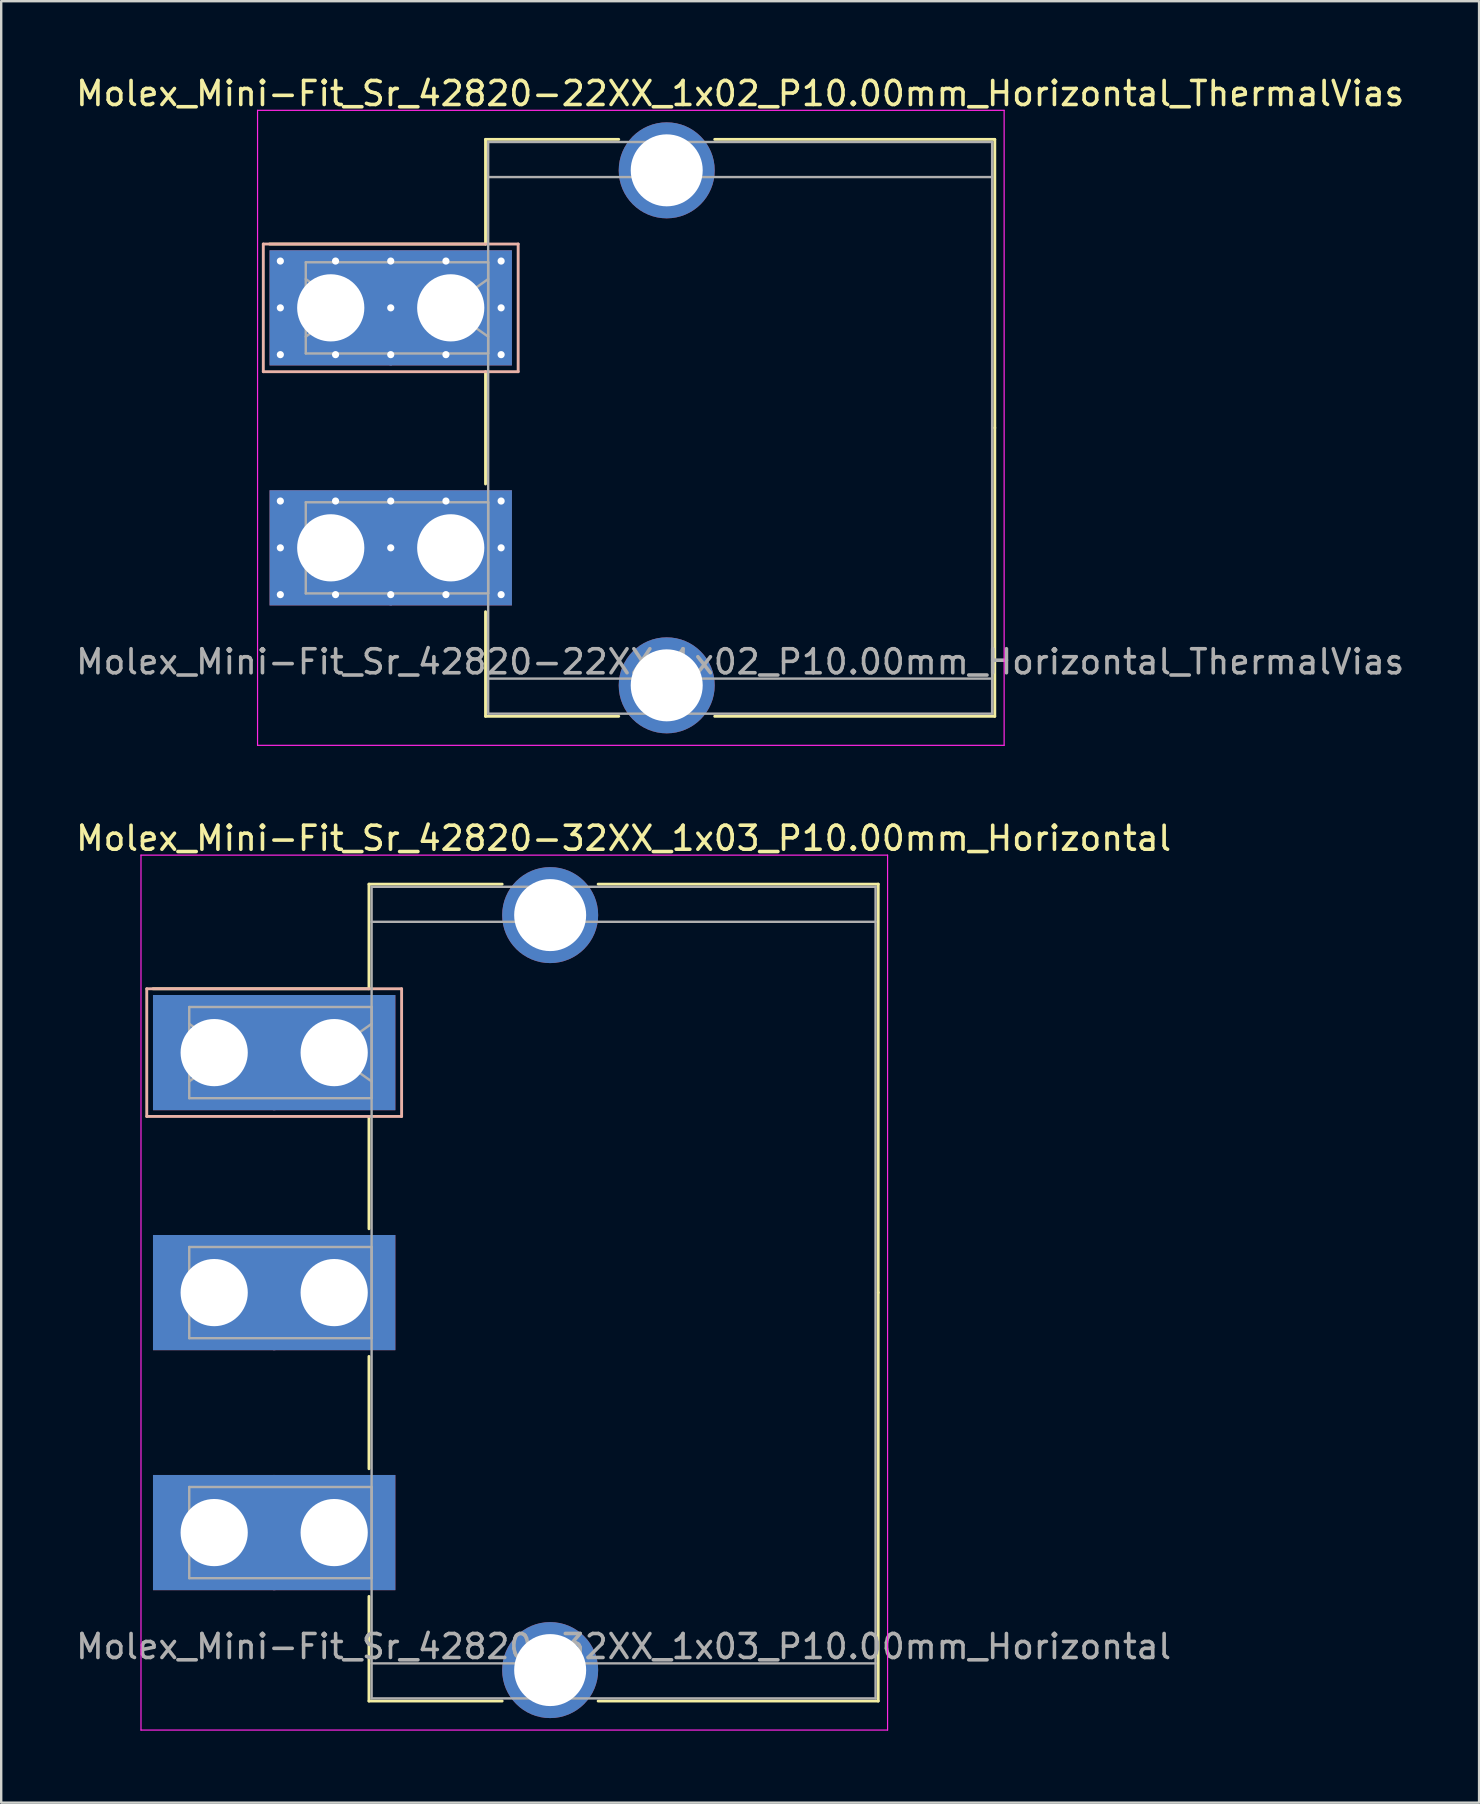
<source format=kicad_pcb>
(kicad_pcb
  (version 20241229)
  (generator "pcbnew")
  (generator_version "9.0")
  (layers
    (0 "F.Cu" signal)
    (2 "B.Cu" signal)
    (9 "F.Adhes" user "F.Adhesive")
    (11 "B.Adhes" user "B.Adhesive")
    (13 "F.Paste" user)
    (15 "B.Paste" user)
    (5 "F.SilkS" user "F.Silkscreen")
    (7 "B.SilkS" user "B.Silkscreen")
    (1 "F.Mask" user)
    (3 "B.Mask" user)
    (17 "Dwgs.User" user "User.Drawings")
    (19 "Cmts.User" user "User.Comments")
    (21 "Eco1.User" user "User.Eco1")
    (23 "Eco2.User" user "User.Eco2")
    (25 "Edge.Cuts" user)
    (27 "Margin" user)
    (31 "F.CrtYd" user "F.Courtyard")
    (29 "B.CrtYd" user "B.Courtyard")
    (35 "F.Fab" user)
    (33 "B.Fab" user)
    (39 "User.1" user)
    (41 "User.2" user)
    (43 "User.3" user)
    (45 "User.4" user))
  (footprint "Molex_Mini-Fit_Sr_42820-22XX_1x02_P10.00mm_Horizontal_ThermalVias"
    (layer "F.Cu")
    (at 10.732 9.778)
    (property "Reference" "Molex_Mini-Fit_Sr_42820-22XX_1x02_P10.00mm_Horizontal_ThermalVias" (at 17.06 -8.93 0) (layer "F.SilkS") (effects (font (size 1 1) (thickness 0.15))))
    (attr through_hole)
    (fp_line (start 6.45 -7.02) (end 12 -7.02) (stroke (width 0.12) (type solid)) (layer "F.SilkS"))
    (fp_line (start 6.45 -2.66) (end -2.55 -2.66) (stroke (width 0.12) (type solid)) (layer "F.SilkS"))
    (fp_line (start 6.45 -2.66) (end 6.45 -7.02) (stroke (width 0.12) (type solid)) (layer "F.SilkS"))
    (fp_line (start 6.45 2.66) (end 6.45 7.34) (stroke (width 0.12) (type solid)) (layer "F.SilkS"))
    (fp_line (start 6.45 12.66) (end 6.45 17.02) (stroke (width 0.12) (type solid)) (layer "F.SilkS"))
    (fp_line (start 6.45 17.02) (end 12 17.02) (stroke (width 0.12) (type solid)) (layer "F.SilkS"))
    (fp_line (start 16 -7.02) (end 27.67 -7.02) (stroke (width 0.12) (type solid)) (layer "F.SilkS"))
    (fp_line (start 16 17.02) (end 27.67 17.02) (stroke (width 0.12) (type solid)) (layer "F.SilkS"))
    (fp_line (start 27.67 -7.02) (end 27.67 5) (stroke (width 0.12) (type solid)) (layer "F.SilkS"))
    (fp_line (start 27.67 17.02) (end 27.67 5) (stroke (width 0.12) (type solid)) (layer "F.SilkS"))
    (fp_line (start -2.81 -2.66) (end -2.81 2.66) (stroke (width 0.12) (type solid)) (layer "B.SilkS"))
    (fp_line (start -2.81 2.66) (end 7.81 2.66) (stroke (width 0.12) (type solid)) (layer "B.SilkS"))
    (fp_line (start 7.81 -2.66) (end -2.81 -2.66) (stroke (width 0.12) (type solid)) (layer "B.SilkS"))
    (fp_line (start 7.81 2.66) (end 7.81 -2.66) (stroke (width 0.12) (type solid)) (layer "B.SilkS"))
    (fp_line (start -3.05 -8.23) (end -3.05 18.23) (stroke (width 0.05) (type solid)) (layer "F.CrtYd"))
    (fp_line (start -3.05 18.23) (end 28.06 18.23) (stroke (width 0.05) (type solid)) (layer "F.CrtYd"))
    (fp_line (start 28.06 -8.23) (end -3.05 -8.23) (stroke (width 0.05) (type solid)) (layer "F.CrtYd"))
    (fp_line (start 28.06 18.23) (end 28.06 -8.23) (stroke (width 0.05) (type solid)) (layer "F.CrtYd"))
    (fp_line (start -1.04 -1.9) (end 6.56 -1.9) (stroke (width 0.1) (type solid)) (layer "F.Fab"))
    (fp_line (start -1.04 -1.2) (end 0.657 0) (stroke (width 0.1) (type solid)) (layer "F.Fab"))
    (fp_line (start -1.04 1.9) (end -1.04 -1.9) (stroke (width 0.1) (type solid)) (layer "F.Fab"))
    (fp_line (start -1.04 8.1) (end 6.56 8.1) (stroke (width 0.1) (type solid)) (layer "F.Fab"))
    (fp_line (start -1.04 11.9) (end -1.04 8.1) (stroke (width 0.1) (type solid)) (layer "F.Fab"))
    (fp_line (start 0.657 0) (end -1.04 1.2) (stroke (width 0.1) (type solid)) (layer "F.Fab"))
    (fp_line (start 4.863 0) (end 6.56 1.2) (stroke (width 0.1) (type solid)) (layer "F.Fab"))
    (fp_line (start 6.56 -6.91) (end 6.56 16.91) (stroke (width 0.1) (type solid)) (layer "F.Fab"))
    (fp_line (start 6.56 -5.45) (end 27.56 -5.45) (stroke (width 0.1) (type solid)) (layer "F.Fab"))
    (fp_line (start 6.56 -1.9) (end 6.56 1.9) (stroke (width 0.1) (type solid)) (layer "F.Fab"))
    (fp_line (start 6.56 -1.2) (end 4.863 0) (stroke (width 0.1) (type solid)) (layer "F.Fab"))
    (fp_line (start 6.56 1.9) (end -1.04 1.9) (stroke (width 0.1) (type solid)) (layer "F.Fab"))
    (fp_line (start 6.56 8.1) (end 6.56 11.9) (stroke (width 0.1) (type solid)) (layer "F.Fab"))
    (fp_line (start 6.56 11.9) (end -1.04 11.9) (stroke (width 0.1) (type solid)) (layer "F.Fab"))
    (fp_line (start 6.56 15.45) (end 27.56 15.45) (stroke (width 0.1) (type solid)) (layer "F.Fab"))
    (fp_line (start 6.56 16.91) (end 27.56 16.91) (stroke (width 0.1) (type solid)) (layer "F.Fab"))
    (fp_line (start 27.56 -6.91) (end 6.56 -6.91) (stroke (width 0.1) (type solid)) (layer "F.Fab"))
    (fp_line (start 27.56 16.91) (end 27.56 -6.91) (stroke (width 0.1) (type solid)) (layer "F.Fab"))
    (fp_text user "${REFERENCE}" (at 17.06 14.75 0) (layer "F.Fab") (effects (font (size 1 1) (thickness 0.15))))
    (pad "" thru_hole circle (at 14 -5.73) (size 4 4) (drill 3) (layers "*.Cu" "*.Mask"))
    (pad "" thru_hole circle (at 14 15.73) (size 4 4) (drill 3) (layers "*.Cu" "*.Mask"))
    (pad "1" thru_hole roundrect (at -2.1 -1.95) (size 0.6 0.6) (drill 0.3) (layers "*.Cu" "*.Mask") (roundrect_rratio 0.25))
    (pad "1" thru_hole roundrect (at -2.1 0) (size 0.6 0.6) (drill 0.3) (layers "*.Cu" "*.Mask") (roundrect_rratio 0.25))
    (pad "1" thru_hole roundrect (at -2.1 1.95) (size 0.6 0.6) (drill 0.3) (layers "*.Cu" "*.Mask") (roundrect_rratio 0.25))
    (pad "1" thru_hole rect (at 0 0) (size 5.1 4.8) (drill 2.8) (layers "*.Cu" "*.Mask"))
    (pad "1" thru_hole roundrect (at 0.2 -1.95) (size 0.6 0.6) (drill 0.3) (layers "*.Cu" "*.Mask") (roundrect_rratio 0.25))
    (pad "1" thru_hole roundrect (at 0.2 1.95) (size 0.6 0.6) (drill 0.3) (layers "*.Cu" "*.Mask") (roundrect_rratio 0.25))
    (pad "1" thru_hole roundrect (at 2.5 -1.95) (size 0.6 0.6) (drill 0.3) (layers "*.Cu" "*.Mask") (roundrect_rratio 0.25))
    (pad "1" thru_hole roundrect (at 2.5 0) (size 0.6 0.6) (drill 0.3) (layers "*.Cu" "*.Mask") (roundrect_rratio 0.25))
    (pad "1" thru_hole roundrect (at 2.5 1.95) (size 0.6 0.6) (drill 0.3) (layers "*.Cu" "*.Mask") (roundrect_rratio 0.25))
    (pad "1" thru_hole roundrect (at 4.8 -1.95) (size 0.6 0.6) (drill 0.3) (layers "*.Cu" "*.Mask") (roundrect_rratio 0.25))
    (pad "1" thru_hole roundrect (at 4.8 1.95) (size 0.6 0.6) (drill 0.3) (layers "*.Cu" "*.Mask") (roundrect_rratio 0.25))
    (pad "1" thru_hole rect (at 5 0) (size 5.1 4.8) (drill 2.8) (layers "*.Cu" "*.Mask"))
    (pad "1" thru_hole roundrect (at 7.1 -1.95) (size 0.6 0.6) (drill 0.3) (layers "*.Cu" "*.Mask") (roundrect_rratio 0.25))
    (pad "1" thru_hole roundrect (at 7.1 0) (size 0.6 0.6) (drill 0.3) (layers "*.Cu" "*.Mask") (roundrect_rratio 0.25))
    (pad "1" thru_hole roundrect (at 7.1 1.95) (size 0.6 0.6) (drill 0.3) (layers "*.Cu" "*.Mask") (roundrect_rratio 0.25))
    (pad "2" thru_hole circle (at -2.1 8.05) (size 0.6 0.6) (drill 0.3) (layers "*.Cu" "*.Mask"))
    (pad "2" thru_hole circle (at -2.1 10) (size 0.6 0.6) (drill 0.3) (layers "*.Cu" "*.Mask"))
    (pad "2" thru_hole circle (at -2.1 11.95) (size 0.6 0.6) (drill 0.3) (layers "*.Cu" "*.Mask"))
    (pad "2" thru_hole rect (at 0 10) (size 5.1 4.8) (drill 2.8) (layers "*.Cu" "*.Mask"))
    (pad "2" thru_hole circle (at 0.2 8.05) (size 0.6 0.6) (drill 0.3) (layers "*.Cu" "*.Mask"))
    (pad "2" thru_hole circle (at 0.2 11.95) (size 0.6 0.6) (drill 0.3) (layers "*.Cu" "*.Mask"))
    (pad "2" thru_hole circle (at 2.5 8.05) (size 0.6 0.6) (drill 0.3) (layers "*.Cu" "*.Mask"))
    (pad "2" thru_hole circle (at 2.5 10) (size 0.6 0.6) (drill 0.3) (layers "*.Cu" "*.Mask"))
    (pad "2" thru_hole circle (at 2.5 11.95) (size 0.6 0.6) (drill 0.3) (layers "*.Cu" "*.Mask"))
    (pad "2" thru_hole circle (at 4.8 8.05) (size 0.6 0.6) (drill 0.3) (layers "*.Cu" "*.Mask"))
    (pad "2" thru_hole circle (at 4.8 11.95) (size 0.6 0.6) (drill 0.3) (layers "*.Cu" "*.Mask"))
    (pad "2" thru_hole rect (at 5 10) (size 5.1 4.8) (drill 2.8) (layers "*.Cu" "*.Mask"))
    (pad "2" thru_hole circle (at 7.1 8.05) (size 0.6 0.6) (drill 0.3) (layers "*.Cu" "*.Mask"))
    (pad "2" thru_hole circle (at 7.1 10) (size 0.6 0.6) (drill 0.3) (layers "*.Cu" "*.Mask"))
    (pad "2" thru_hole circle (at 7.1 11.95) (size 0.6 0.6) (drill 0.3) (layers "*.Cu" "*.Mask")))
  (footprint "Molex_Mini-Fit_Sr_42820-32XX_1x03_P10.00mm_Horizontal"
    (layer "F.Cu")
    (at 5.875 40.812)
    (property "Reference" "Molex_Mini-Fit_Sr_42820-32XX_1x03_P10.00mm_Horizontal" (at 17.06 -8.93 0) (layer "F.SilkS") (effects (font (size 1 1) (thickness 0.15))))
    (attr through_hole)
    (fp_line (start 6.45 -7.02) (end 12 -7.02) (stroke (width 0.12) (type solid)) (layer "F.SilkS"))
    (fp_line (start 6.45 -2.66) (end -2.55 -2.66) (stroke (width 0.12) (type solid)) (layer "F.SilkS"))
    (fp_line (start 6.45 -2.66) (end 6.45 -7.02) (stroke (width 0.12) (type solid)) (layer "F.SilkS"))
    (fp_line (start 6.45 2.66) (end 6.45 7.34) (stroke (width 0.12) (type solid)) (layer "F.SilkS"))
    (fp_line (start 6.45 12.66) (end 6.45 17.34) (stroke (width 0.12) (type solid)) (layer "F.SilkS"))
    (fp_line (start 6.45 22.66) (end 6.45 27.02) (stroke (width 0.12) (type solid)) (layer "F.SilkS"))
    (fp_line (start 6.45 27.02) (end 12 27.02) (stroke (width 0.12) (type solid)) (layer "F.SilkS"))
    (fp_line (start 16 -7.02) (end 27.67 -7.02) (stroke (width 0.12) (type solid)) (layer "F.SilkS"))
    (fp_line (start 16 27.02) (end 27.67 27.02) (stroke (width 0.12) (type solid)) (layer "F.SilkS"))
    (fp_line (start 27.67 -7.02) (end 27.67 10) (stroke (width 0.12) (type solid)) (layer "F.SilkS"))
    (fp_line (start 27.67 27.02) (end 27.67 10) (stroke (width 0.12) (type solid)) (layer "F.SilkS"))
    (fp_line (start -2.81 -2.66) (end -2.81 2.66) (stroke (width 0.12) (type solid)) (layer "B.SilkS"))
    (fp_line (start -2.81 2.66) (end 7.81 2.66) (stroke (width 0.12) (type solid)) (layer "B.SilkS"))
    (fp_line (start 7.81 -2.66) (end -2.81 -2.66) (stroke (width 0.12) (type solid)) (layer "B.SilkS"))
    (fp_line (start 7.81 2.66) (end 7.81 -2.66) (stroke (width 0.12) (type solid)) (layer "B.SilkS"))
    (fp_line (start -3.05 -8.23) (end -3.05 28.23) (stroke (width 0.05) (type solid)) (layer "F.CrtYd"))
    (fp_line (start -3.05 28.23) (end 28.06 28.23) (stroke (width 0.05) (type solid)) (layer "F.CrtYd"))
    (fp_line (start 28.06 -8.23) (end -3.05 -8.23) (stroke (width 0.05) (type solid)) (layer "F.CrtYd"))
    (fp_line (start 28.06 28.23) (end 28.06 -8.23) (stroke (width 0.05) (type solid)) (layer "F.CrtYd"))
    (fp_line (start -1.04 -1.9) (end 6.56 -1.9) (stroke (width 0.1) (type solid)) (layer "F.Fab"))
    (fp_line (start -1.04 -1.2) (end 0.657 0) (stroke (width 0.1) (type solid)) (layer "F.Fab"))
    (fp_line (start -1.04 1.9) (end -1.04 -1.9) (stroke (width 0.1) (type solid)) (layer "F.Fab"))
    (fp_line (start -1.04 8.1) (end 6.56 8.1) (stroke (width 0.1) (type solid)) (layer "F.Fab"))
    (fp_line (start -1.04 11.9) (end -1.04 8.1) (stroke (width 0.1) (type solid)) (layer "F.Fab"))
    (fp_line (start -1.04 18.1) (end 6.56 18.1) (stroke (width 0.1) (type solid)) (layer "F.Fab"))
    (fp_line (start -1.04 21.9) (end -1.04 18.1) (stroke (width 0.1) (type solid)) (layer "F.Fab"))
    (fp_line (start 0.657 0) (end -1.04 1.2) (stroke (width 0.1) (type solid)) (layer "F.Fab"))
    (fp_line (start 4.863 0) (end 6.56 1.2) (stroke (width 0.1) (type solid)) (layer "F.Fab"))
    (fp_line (start 6.56 -6.91) (end 6.56 26.91) (stroke (width 0.1) (type solid)) (layer "F.Fab"))
    (fp_line (start 6.56 -5.45) (end 27.56 -5.45) (stroke (width 0.1) (type solid)) (layer "F.Fab"))
    (fp_line (start 6.56 -1.9) (end 6.56 1.9) (stroke (width 0.1) (type solid)) (layer "F.Fab"))
    (fp_line (start 6.56 -1.2) (end 4.863 0) (stroke (width 0.1) (type solid)) (layer "F.Fab"))
    (fp_line (start 6.56 1.9) (end -1.04 1.9) (stroke (width 0.1) (type solid)) (layer "F.Fab"))
    (fp_line (start 6.56 8.1) (end 6.56 11.9) (stroke (width 0.1) (type solid)) (layer "F.Fab"))
    (fp_line (start 6.56 11.9) (end -1.04 11.9) (stroke (width 0.1) (type solid)) (layer "F.Fab"))
    (fp_line (start 6.56 18.1) (end 6.56 21.9) (stroke (width 0.1) (type solid)) (layer "F.Fab"))
    (fp_line (start 6.56 21.9) (end -1.04 21.9) (stroke (width 0.1) (type solid)) (layer "F.Fab"))
    (fp_line (start 6.56 25.45) (end 27.56 25.45) (stroke (width 0.1) (type solid)) (layer "F.Fab"))
    (fp_line (start 6.56 26.91) (end 27.56 26.91) (stroke (width 0.1) (type solid)) (layer "F.Fab"))
    (fp_line (start 27.56 -6.91) (end 6.56 -6.91) (stroke (width 0.1) (type solid)) (layer "F.Fab"))
    (fp_line (start 27.56 26.91) (end 27.56 -6.91) (stroke (width 0.1) (type solid)) (layer "F.Fab"))
    (fp_text user "${REFERENCE}" (at 17.06 24.75 0) (layer "F.Fab") (effects (font (size 1 1) (thickness 0.15))))
    (pad "" thru_hole circle (at 14 -5.73) (size 4 4) (drill 3) (layers "*.Cu" "*.Mask"))
    (pad "" thru_hole circle (at 14 25.73) (size 4 4) (drill 3) (layers "*.Cu" "*.Mask"))
    (pad "1" thru_hole rect (at 0 0) (size 5.1 4.8) (drill 2.8) (layers "*.Cu" "*.Mask"))
    (pad "1" thru_hole rect (at 5 0) (size 5.1 4.8) (drill 2.8) (layers "*.Cu" "*.Mask"))
    (pad "2" thru_hole rect (at 0 10) (size 5.1 4.8) (drill 2.8) (layers "*.Cu" "*.Mask"))
    (pad "2" thru_hole rect (at 5 10) (size 5.1 4.8) (drill 2.8) (layers "*.Cu" "*.Mask"))
    (pad "3" thru_hole rect (at 0 20) (size 5.1 4.8) (drill 2.8) (layers "*.Cu" "*.Mask"))
    (pad "3" thru_hole rect (at 5 20) (size 5.1 4.8) (drill 2.8) (layers "*.Cu" "*.Mask")))
  (gr_rect
    (start -3 -3)
    (end 58.583 72.067)
    (stroke (width 0.1) (type default))
    (fill no)
    (layer "Edge.Cuts")))
</source>
